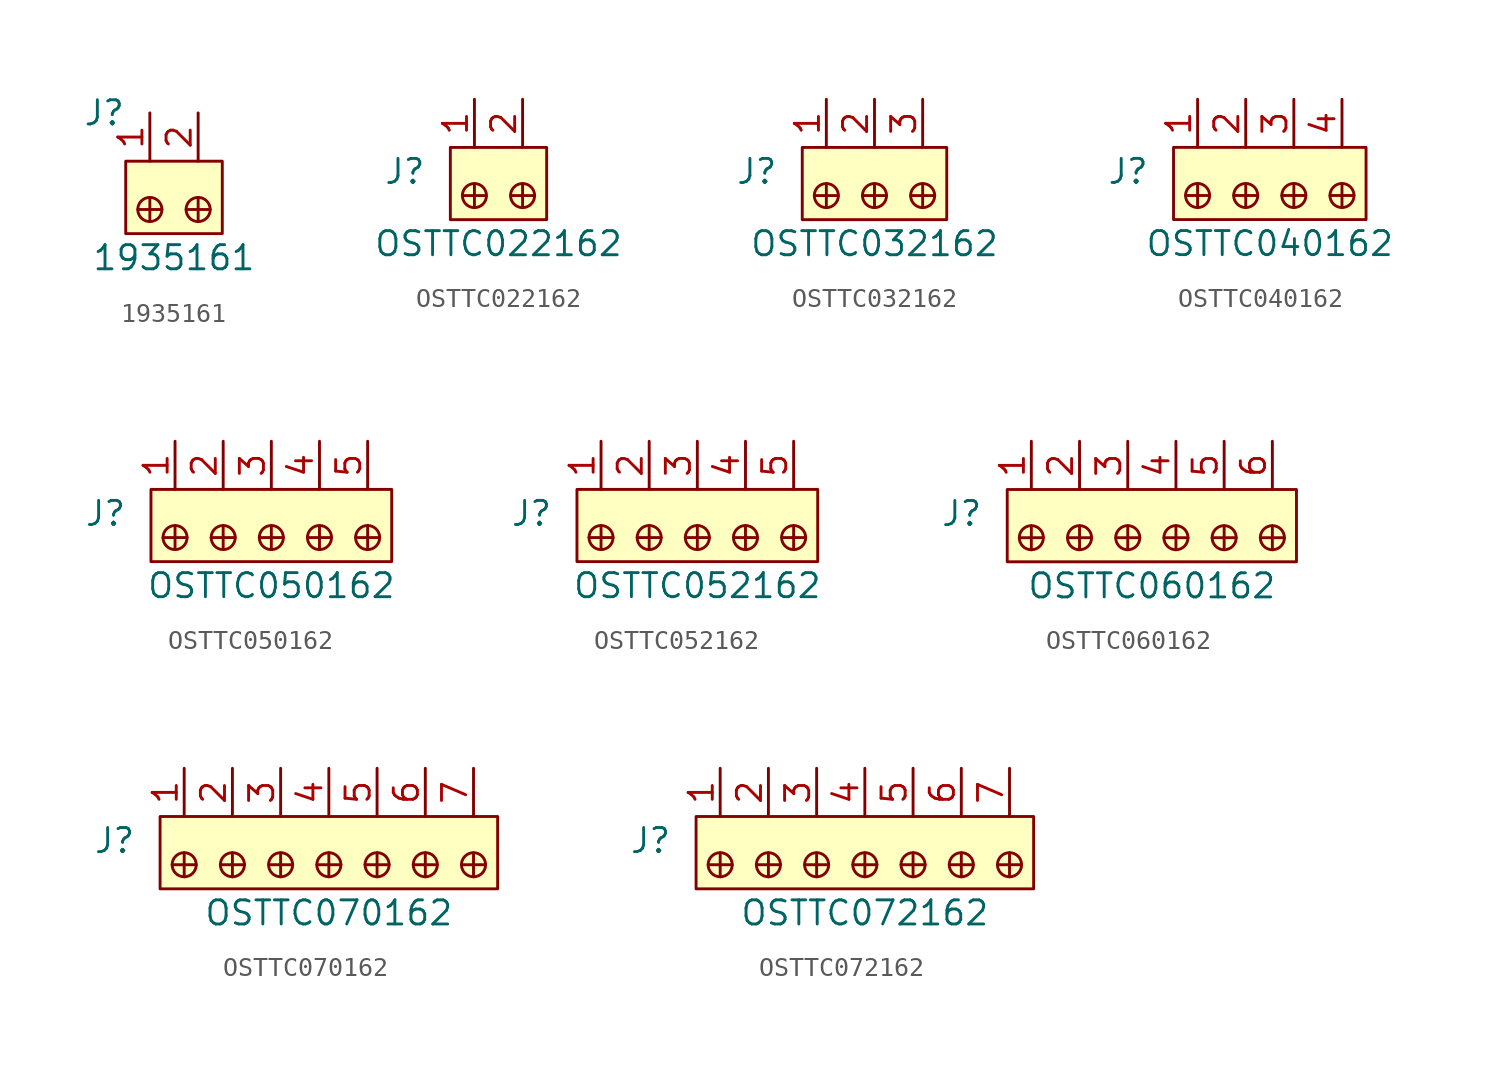
<source format=kicad_sym>
(kicad_symbol_lib
  (version 20220914)
  (generator kicad_symbol_editor)
  (symbol "1935161"
    (pin_names
      (offset 1.016))
    (property "Reference" "J"
      (at -1.27 5.08 0)
      (effects (font (size 1.27 1.27)) (justify right)))
    (property "Value" "1935161"
      (at 1.27 -2.54 0)
      (effects (font (size 1.27 1.27))))
    (symbol "1935161_0_1"
      (rectangle (start -1.27 2.54) (end 3.81 -1.27) (stroke (width 0) (type solid)) (fill (type background)))
      (polyline (pts (xy 0 0.635) (xy 0 -0.635)) (stroke (width 0) (type solid)) (fill (type none)))
      (polyline (pts (xy 0.635 0) (xy -0.635 0)) (stroke (width 0) (type solid)) (fill (type none)))
      (polyline (pts (xy 1.905 0) (xy 3.175 0)) (stroke (width 0) (type solid)) (fill (type none)))
      (polyline (pts (xy 2.54 0.635) (xy 2.54 -0.635)) (stroke (width 0) (type solid)) (fill (type none)))
      (circle (center 0 0) (radius 0.635) (stroke (width 0) (type solid)) (fill (type none)))
      (circle (center 2.54 0) (radius 0.635) (stroke (width 0) (type solid)) (fill (type none))))
    (symbol "1935161_1_1"
      (pin passive line (at 0 5.08 270) (length 2.54) (name "~" (effects (font (size 1.27 1.27)))) (number "1" (effects (font (size 1.27 1.27)))))
      (pin passive line (at 2.54 5.08 270) (length 2.54) (name "~" (effects (font (size 1.27 1.27)))) (number "2" (effects (font (size 1.27 1.27)))))))
  (symbol "OSTTC022162"
    (pin_names
      (offset 1.016))
    (property "Reference" "J"
      (at -2.54 -1.27 0)
      (effects (font (size 1.27 1.27)) (justify right)))
    (property "Value" "OSTTC022162"
      (at 1.27 -5.08 0)
      (effects (font (size 1.27 1.27))))
    (symbol "OSTTC022162_1_1"
      (rectangle (start -1.27 0) (end 3.81 -3.81) (stroke (width 0) (type solid)) (fill (type background)))
      (circle (center 0 -2.54) (radius 0.635) (stroke (width 0) (type solid)) (fill (type none)))
      (polyline (pts (xy 0 -1.905) (xy 0 -3.175)) (stroke (width 0) (type solid)) (fill (type none)))
      (polyline (pts (xy 0.635 -2.54) (xy -0.635 -2.54)) (stroke (width 0) (type solid)) (fill (type none)))
      (polyline (pts (xy 1.905 -2.54) (xy 3.175 -2.54)) (stroke (width 0) (type solid)) (fill (type none)))
      (polyline (pts (xy 2.54 -1.905) (xy 2.54 -3.175)) (stroke (width 0) (type solid)) (fill (type none)))
      (circle (center 2.54 -2.54) (radius 0.635) (stroke (width 0) (type solid)) (fill (type none)))
      (pin passive line (at 0 2.54 270) (length 2.54) (name "~" (effects (font (size 1.27 1.27)))) (number "1" (effects (font (size 1.27 1.27)))))
      (pin passive line (at 2.54 2.54 270) (length 2.54) (name "~" (effects (font (size 1.27 1.27)))) (number "2" (effects (font (size 1.27 1.27)))))))
  (symbol "OSTTC032162"
    (pin_names
      (offset 1.016))
    (property "Reference" "J"
      (at -2.54 -1.27 0)
      (effects (font (size 1.27 1.27)) (justify right)))
    (property "Value" "OSTTC032162"
      (at 2.54 -5.08 0)
      (effects (font (size 1.27 1.27))))
    (symbol "OSTTC032162_1_1"
      (rectangle (start -1.27 0) (end 6.35 -3.81) (stroke (width 0) (type solid)) (fill (type background)))
      (circle (center 0 -2.54) (radius 0.635) (stroke (width 0) (type solid)) (fill (type none)))
      (polyline (pts (xy 0 -1.905) (xy 0 -3.175)) (stroke (width 0) (type solid)) (fill (type none)))
      (polyline (pts (xy 0.635 -2.54) (xy -0.635 -2.54)) (stroke (width 0) (type solid)) (fill (type none)))
      (polyline (pts (xy 1.905 -2.54) (xy 3.175 -2.54)) (stroke (width 0) (type solid)) (fill (type none)))
      (polyline (pts (xy 2.54 -1.905) (xy 2.54 -3.175)) (stroke (width 0) (type solid)) (fill (type none)))
      (polyline (pts (xy 4.445 -2.54) (xy 5.715 -2.54)) (stroke (width 0) (type solid)) (fill (type none)))
      (polyline (pts (xy 5.08 -1.905) (xy 5.08 -3.175)) (stroke (width 0) (type solid)) (fill (type none)))
      (circle (center 2.54 -2.54) (radius 0.635) (stroke (width 0) (type solid)) (fill (type none)))
      (circle (center 5.08 -2.54) (radius 0.635) (stroke (width 0) (type solid)) (fill (type none)))
      (pin passive line (at 0 2.54 270) (length 2.54) (name "~" (effects (font (size 1.27 1.27)))) (number "1" (effects (font (size 1.27 1.27)))))
      (pin passive line (at 2.54 2.54 270) (length 2.54) (name "~" (effects (font (size 1.27 1.27)))) (number "2" (effects (font (size 1.27 1.27)))))
      (pin passive line (at 5.08 2.54 270) (length 2.54) (name "~" (effects (font (size 1.27 1.27)))) (number "3" (effects (font (size 1.27 1.27)))))))
  (symbol "OSTTC040162"
    (pin_names
      (offset 1.016))
    (property "Reference" "J"
      (at -2.54 -1.27 0)
      (effects (font (size 1.27 1.27)) (justify right)))
    (property "Value" "OSTTC040162"
      (at 3.81 -5.08 0)
      (effects (font (size 1.27 1.27))))
    (symbol "OSTTC040162_1_1"
      (rectangle (start -1.27 0) (end 8.89 -3.81) (stroke (width 0) (type solid)) (fill (type background)))
      (circle (center 0 -2.54) (radius 0.635) (stroke (width 0) (type solid)) (fill (type none)))
      (polyline (pts (xy 0 -1.905) (xy 0 -3.175)) (stroke (width 0) (type solid)) (fill (type none)))
      (polyline (pts (xy 0.635 -2.54) (xy -0.635 -2.54)) (stroke (width 0) (type solid)) (fill (type none)))
      (polyline (pts (xy 1.905 -2.54) (xy 3.175 -2.54)) (stroke (width 0) (type solid)) (fill (type none)))
      (polyline (pts (xy 2.54 -1.905) (xy 2.54 -3.175)) (stroke (width 0) (type solid)) (fill (type none)))
      (polyline (pts (xy 5.08 -1.905) (xy 5.08 -3.175)) (stroke (width 0) (type solid)) (fill (type none)))
      (polyline (pts (xy 5.715 -2.54) (xy 4.445 -2.54)) (stroke (width 0) (type solid)) (fill (type none)))
      (polyline (pts (xy 6.985 -2.54) (xy 8.255 -2.54)) (stroke (width 0) (type solid)) (fill (type none)))
      (polyline (pts (xy 7.62 -1.905) (xy 7.62 -3.175)) (stroke (width 0) (type solid)) (fill (type none)))
      (circle (center 2.54 -2.54) (radius 0.635) (stroke (width 0) (type solid)) (fill (type none)))
      (circle (center 5.08 -2.54) (radius 0.635) (stroke (width 0) (type solid)) (fill (type none)))
      (circle (center 7.62 -2.54) (radius 0.635) (stroke (width 0) (type solid)) (fill (type none)))
      (pin passive line (at 0 2.54 270) (length 2.54) (name "~" (effects (font (size 1.27 1.27)))) (number "1" (effects (font (size 1.27 1.27)))))
      (pin passive line (at 2.54 2.54 270) (length 2.54) (name "~" (effects (font (size 1.27 1.27)))) (number "2" (effects (font (size 1.27 1.27)))))
      (pin passive line (at 5.08 2.54 270) (length 2.54) (name "~" (effects (font (size 1.27 1.27)))) (number "3" (effects (font (size 1.27 1.27)))))
      (pin passive line (at 7.62 2.54 270) (length 2.54) (name "~" (effects (font (size 1.27 1.27)))) (number "4" (effects (font (size 1.27 1.27)))))))
  (symbol "OSTTC050162"
    (pin_names
      (offset 1.016))
    (property "Reference" "J"
      (at -2.54 -1.27 0)
      (effects (font (size 1.27 1.27)) (justify right)))
    (property "Value" "OSTTC050162"
      (at 5.08 -5.08 0)
      (effects (font (size 1.27 1.27))))
    (symbol "OSTTC050162_1_1"
      (rectangle (start -1.27 0) (end 11.43 -3.81) (stroke (width 0) (type solid)) (fill (type background)))
      (circle (center 0 -2.54) (radius 0.635) (stroke (width 0) (type solid)) (fill (type none)))
      (polyline (pts (xy 0 -1.905) (xy 0 -3.175)) (stroke (width 0) (type solid)) (fill (type none)))
      (polyline (pts (xy 0.635 -2.54) (xy -0.635 -2.54)) (stroke (width 0) (type solid)) (fill (type none)))
      (polyline (pts (xy 1.905 -2.54) (xy 3.175 -2.54)) (stroke (width 0) (type solid)) (fill (type none)))
      (polyline (pts (xy 2.54 -1.905) (xy 2.54 -3.175)) (stroke (width 0) (type solid)) (fill (type none)))
      (polyline (pts (xy 5.08 -1.905) (xy 5.08 -3.175)) (stroke (width 0) (type solid)) (fill (type none)))
      (polyline (pts (xy 5.715 -2.54) (xy 4.445 -2.54)) (stroke (width 0) (type solid)) (fill (type none)))
      (polyline (pts (xy 6.985 -2.54) (xy 8.255 -2.54)) (stroke (width 0) (type solid)) (fill (type none)))
      (polyline (pts (xy 7.62 -1.905) (xy 7.62 -3.175)) (stroke (width 0) (type solid)) (fill (type none)))
      (polyline (pts (xy 9.525 -2.54) (xy 10.795 -2.54)) (stroke (width 0) (type solid)) (fill (type none)))
      (polyline (pts (xy 10.16 -1.905) (xy 10.16 -3.175)) (stroke (width 0) (type solid)) (fill (type none)))
      (circle (center 2.54 -2.54) (radius 0.635) (stroke (width 0) (type solid)) (fill (type none)))
      (circle (center 5.08 -2.54) (radius 0.635) (stroke (width 0) (type solid)) (fill (type none)))
      (circle (center 7.62 -2.54) (radius 0.635) (stroke (width 0) (type solid)) (fill (type none)))
      (circle (center 10.16 -2.54) (radius 0.635) (stroke (width 0) (type solid)) (fill (type none)))
      (pin passive line (at 0 2.54 270) (length 2.54) (name "~" (effects (font (size 1.27 1.27)))) (number "1" (effects (font (size 1.27 1.27)))))
      (pin passive line (at 2.54 2.54 270) (length 2.54) (name "~" (effects (font (size 1.27 1.27)))) (number "2" (effects (font (size 1.27 1.27)))))
      (pin passive line (at 5.08 2.54 270) (length 2.54) (name "~" (effects (font (size 1.27 1.27)))) (number "3" (effects (font (size 1.27 1.27)))))
      (pin passive line (at 7.62 2.54 270) (length 2.54) (name "~" (effects (font (size 1.27 1.27)))) (number "4" (effects (font (size 1.27 1.27)))))
      (pin passive line (at 10.16 2.54 270) (length 2.54) (name "~" (effects (font (size 1.27 1.27)))) (number "5" (effects (font (size 1.27 1.27)))))))
  (symbol "OSTTC052162"
    (pin_names
      (offset 1.016))
    (property "Reference" "J"
      (at -2.54 -1.27 0)
      (effects (font (size 1.27 1.27)) (justify right)))
    (property "Value" "OSTTC052162"
      (at 5.08 -5.08 0)
      (effects (font (size 1.27 1.27))))
    (symbol "OSTTC052162_1_1"
      (rectangle (start -1.27 0) (end 11.43 -3.81) (stroke (width 0) (type solid)) (fill (type background)))
      (circle (center 0 -2.54) (radius 0.635) (stroke (width 0) (type solid)) (fill (type none)))
      (polyline (pts (xy 0 -1.905) (xy 0 -3.175)) (stroke (width 0) (type solid)) (fill (type none)))
      (polyline (pts (xy 0.635 -2.54) (xy -0.635 -2.54)) (stroke (width 0) (type solid)) (fill (type none)))
      (polyline (pts (xy 1.905 -2.54) (xy 3.175 -2.54)) (stroke (width 0) (type solid)) (fill (type none)))
      (polyline (pts (xy 2.54 -1.905) (xy 2.54 -3.175)) (stroke (width 0) (type solid)) (fill (type none)))
      (polyline (pts (xy 5.08 -1.905) (xy 5.08 -3.175)) (stroke (width 0) (type solid)) (fill (type none)))
      (polyline (pts (xy 5.715 -2.54) (xy 4.445 -2.54)) (stroke (width 0) (type solid)) (fill (type none)))
      (polyline (pts (xy 6.985 -2.54) (xy 8.255 -2.54)) (stroke (width 0) (type solid)) (fill (type none)))
      (polyline (pts (xy 7.62 -1.905) (xy 7.62 -3.175)) (stroke (width 0) (type solid)) (fill (type none)))
      (polyline (pts (xy 9.525 -2.54) (xy 10.795 -2.54)) (stroke (width 0) (type solid)) (fill (type none)))
      (polyline (pts (xy 10.16 -1.905) (xy 10.16 -3.175)) (stroke (width 0) (type solid)) (fill (type none)))
      (circle (center 2.54 -2.54) (radius 0.635) (stroke (width 0) (type solid)) (fill (type none)))
      (circle (center 5.08 -2.54) (radius 0.635) (stroke (width 0) (type solid)) (fill (type none)))
      (circle (center 7.62 -2.54) (radius 0.635) (stroke (width 0) (type solid)) (fill (type none)))
      (circle (center 10.16 -2.54) (radius 0.635) (stroke (width 0) (type solid)) (fill (type none)))
      (pin passive line (at 0 2.54 270) (length 2.54) (name "~" (effects (font (size 1.27 1.27)))) (number "1" (effects (font (size 1.27 1.27)))))
      (pin passive line (at 2.54 2.54 270) (length 2.54) (name "~" (effects (font (size 1.27 1.27)))) (number "2" (effects (font (size 1.27 1.27)))))
      (pin passive line (at 5.08 2.54 270) (length 2.54) (name "~" (effects (font (size 1.27 1.27)))) (number "3" (effects (font (size 1.27 1.27)))))
      (pin passive line (at 7.62 2.54 270) (length 2.54) (name "~" (effects (font (size 1.27 1.27)))) (number "4" (effects (font (size 1.27 1.27)))))
      (pin passive line (at 10.16 2.54 270) (length 2.54) (name "~" (effects (font (size 1.27 1.27)))) (number "5" (effects (font (size 1.27 1.27)))))))
  (symbol "OSTTC060162"
    (pin_names
      (offset 1.016))
    (property "Reference" "J"
      (at -2.54 -1.27 0)
      (effects (font (size 1.27 1.27)) (justify right)))
    (property "Value" "OSTTC060162"
      (at 6.35 -5.08 0)
      (effects (font (size 1.27 1.27))))
    (symbol "OSTTC060162_1_1"
      (rectangle (start -1.27 0) (end 13.97 -3.81) (stroke (width 0) (type solid)) (fill (type background)))
      (circle (center 0 -2.54) (radius 0.635) (stroke (width 0) (type solid)) (fill (type none)))
      (polyline (pts (xy 0 -1.905) (xy 0 -3.175)) (stroke (width 0) (type solid)) (fill (type none)))
      (polyline (pts (xy 0.635 -2.54) (xy -0.635 -2.54)) (stroke (width 0) (type solid)) (fill (type none)))
      (polyline (pts (xy 1.905 -2.54) (xy 3.175 -2.54)) (stroke (width 0) (type solid)) (fill (type none)))
      (polyline (pts (xy 2.54 -1.905) (xy 2.54 -3.175)) (stroke (width 0) (type solid)) (fill (type none)))
      (polyline (pts (xy 5.08 -1.905) (xy 5.08 -3.175)) (stroke (width 0) (type solid)) (fill (type none)))
      (polyline (pts (xy 5.715 -2.54) (xy 4.445 -2.54)) (stroke (width 0) (type solid)) (fill (type none)))
      (polyline (pts (xy 6.985 -2.54) (xy 8.255 -2.54)) (stroke (width 0) (type solid)) (fill (type none)))
      (polyline (pts (xy 7.62 -1.905) (xy 7.62 -3.175)) (stroke (width 0) (type solid)) (fill (type none)))
      (polyline (pts (xy 10.16 -1.905) (xy 10.16 -3.175)) (stroke (width 0) (type solid)) (fill (type none)))
      (polyline (pts (xy 10.795 -2.54) (xy 9.525 -2.54)) (stroke (width 0) (type solid)) (fill (type none)))
      (polyline (pts (xy 12.065 -2.54) (xy 13.335 -2.54)) (stroke (width 0) (type solid)) (fill (type none)))
      (polyline (pts (xy 12.7 -1.905) (xy 12.7 -3.175)) (stroke (width 0) (type solid)) (fill (type none)))
      (circle (center 2.54 -2.54) (radius 0.635) (stroke (width 0) (type solid)) (fill (type none)))
      (circle (center 5.08 -2.54) (radius 0.635) (stroke (width 0) (type solid)) (fill (type none)))
      (circle (center 7.62 -2.54) (radius 0.635) (stroke (width 0) (type solid)) (fill (type none)))
      (circle (center 10.16 -2.54) (radius 0.635) (stroke (width 0) (type solid)) (fill (type none)))
      (circle (center 12.7 -2.54) (radius 0.635) (stroke (width 0) (type solid)) (fill (type none)))
      (pin passive line (at 0 2.54 270) (length 2.54) (name "~" (effects (font (size 1.27 1.27)))) (number "1" (effects (font (size 1.27 1.27)))))
      (pin passive line (at 2.54 2.54 270) (length 2.54) (name "~" (effects (font (size 1.27 1.27)))) (number "2" (effects (font (size 1.27 1.27)))))
      (pin passive line (at 5.08 2.54 270) (length 2.54) (name "~" (effects (font (size 1.27 1.27)))) (number "3" (effects (font (size 1.27 1.27)))))
      (pin passive line (at 7.62 2.54 270) (length 2.54) (name "~" (effects (font (size 1.27 1.27)))) (number "4" (effects (font (size 1.27 1.27)))))
      (pin passive line (at 10.16 2.54 270) (length 2.54) (name "~" (effects (font (size 1.27 1.27)))) (number "5" (effects (font (size 1.27 1.27)))))
      (pin passive line (at 12.7 2.54 270) (length 2.54) (name "~" (effects (font (size 1.27 1.27)))) (number "6" (effects (font (size 1.27 1.27)))))))
  (symbol "OSTTC070162"
    (pin_names
      (offset 1.016))
    (property "Reference" "J"
      (at -2.54 -1.27 0)
      (effects (font (size 1.27 1.27)) (justify right)))
    (property "Value" "OSTTC070162"
      (at 7.62 -5.08 0)
      (effects (font (size 1.27 1.27))))
    (symbol "OSTTC070162_1_1"
      (rectangle (start -1.27 0) (end 16.51 -3.81) (stroke (width 0) (type solid)) (fill (type background)))
      (circle (center 0 -2.54) (radius 0.635) (stroke (width 0) (type solid)) (fill (type none)))
      (polyline (pts (xy 0 -1.905) (xy 0 -3.175)) (stroke (width 0) (type solid)) (fill (type none)))
      (polyline (pts (xy 0.635 -2.54) (xy -0.635 -2.54)) (stroke (width 0) (type solid)) (fill (type none)))
      (polyline (pts (xy 1.905 -2.54) (xy 3.175 -2.54)) (stroke (width 0) (type solid)) (fill (type none)))
      (polyline (pts (xy 2.54 -1.905) (xy 2.54 -3.175)) (stroke (width 0) (type solid)) (fill (type none)))
      (polyline (pts (xy 5.08 -1.905) (xy 5.08 -3.175)) (stroke (width 0) (type solid)) (fill (type none)))
      (polyline (pts (xy 5.715 -2.54) (xy 4.445 -2.54)) (stroke (width 0) (type solid)) (fill (type none)))
      (polyline (pts (xy 6.985 -2.54) (xy 8.255 -2.54)) (stroke (width 0) (type solid)) (fill (type none)))
      (polyline (pts (xy 7.62 -1.905) (xy 7.62 -3.175)) (stroke (width 0) (type solid)) (fill (type none)))
      (polyline (pts (xy 10.16 -1.905) (xy 10.16 -3.175)) (stroke (width 0) (type solid)) (fill (type none)))
      (polyline (pts (xy 10.795 -2.54) (xy 9.525 -2.54)) (stroke (width 0) (type solid)) (fill (type none)))
      (polyline (pts (xy 12.065 -2.54) (xy 13.335 -2.54)) (stroke (width 0) (type solid)) (fill (type none)))
      (polyline (pts (xy 12.7 -1.905) (xy 12.7 -3.175)) (stroke (width 0) (type solid)) (fill (type none)))
      (polyline (pts (xy 14.605 -2.54) (xy 15.875 -2.54)) (stroke (width 0) (type solid)) (fill (type none)))
      (polyline (pts (xy 15.24 -1.905) (xy 15.24 -3.175)) (stroke (width 0) (type solid)) (fill (type none)))
      (circle (center 2.54 -2.54) (radius 0.635) (stroke (width 0) (type solid)) (fill (type none)))
      (circle (center 5.08 -2.54) (radius 0.635) (stroke (width 0) (type solid)) (fill (type none)))
      (circle (center 7.62 -2.54) (radius 0.635) (stroke (width 0) (type solid)) (fill (type none)))
      (circle (center 10.16 -2.54) (radius 0.635) (stroke (width 0) (type solid)) (fill (type none)))
      (circle (center 12.7 -2.54) (radius 0.635) (stroke (width 0) (type solid)) (fill (type none)))
      (circle (center 15.24 -2.54) (radius 0.635) (stroke (width 0) (type solid)) (fill (type none)))
      (pin passive line (at 0 2.54 270) (length 2.54) (name "~" (effects (font (size 1.27 1.27)))) (number "1" (effects (font (size 1.27 1.27)))))
      (pin passive line (at 2.54 2.54 270) (length 2.54) (name "~" (effects (font (size 1.27 1.27)))) (number "2" (effects (font (size 1.27 1.27)))))
      (pin passive line (at 5.08 2.54 270) (length 2.54) (name "~" (effects (font (size 1.27 1.27)))) (number "3" (effects (font (size 1.27 1.27)))))
      (pin passive line (at 7.62 2.54 270) (length 2.54) (name "~" (effects (font (size 1.27 1.27)))) (number "4" (effects (font (size 1.27 1.27)))))
      (pin passive line (at 10.16 2.54 270) (length 2.54) (name "~" (effects (font (size 1.27 1.27)))) (number "5" (effects (font (size 1.27 1.27)))))
      (pin passive line (at 12.7 2.54 270) (length 2.54) (name "~" (effects (font (size 1.27 1.27)))) (number "6" (effects (font (size 1.27 1.27)))))
      (pin passive line (at 15.24 2.54 270) (length 2.54) (name "~" (effects (font (size 1.27 1.27)))) (number "7" (effects (font (size 1.27 1.27)))))))
  (symbol "OSTTC072162"
    (pin_names
      (offset 1.016))
    (property "Reference" "J"
      (at -2.54 -1.27 0)
      (effects (font (size 1.27 1.27)) (justify right)))
    (property "Value" "OSTTC072162"
      (at 7.62 -5.08 0)
      (effects (font (size 1.27 1.27))))
    (symbol "OSTTC072162_1_1"
      (rectangle (start -1.27 0) (end 16.51 -3.81) (stroke (width 0) (type solid)) (fill (type background)))
      (circle (center 0 -2.54) (radius 0.635) (stroke (width 0) (type solid)) (fill (type none)))
      (polyline (pts (xy 0 -1.905) (xy 0 -3.175)) (stroke (width 0) (type solid)) (fill (type none)))
      (polyline (pts (xy 0.635 -2.54) (xy -0.635 -2.54)) (stroke (width 0) (type solid)) (fill (type none)))
      (polyline (pts (xy 1.905 -2.54) (xy 3.175 -2.54)) (stroke (width 0) (type solid)) (fill (type none)))
      (polyline (pts (xy 2.54 -1.905) (xy 2.54 -3.175)) (stroke (width 0) (type solid)) (fill (type none)))
      (polyline (pts (xy 5.08 -1.905) (xy 5.08 -3.175)) (stroke (width 0) (type solid)) (fill (type none)))
      (polyline (pts (xy 5.715 -2.54) (xy 4.445 -2.54)) (stroke (width 0) (type solid)) (fill (type none)))
      (polyline (pts (xy 6.985 -2.54) (xy 8.255 -2.54)) (stroke (width 0) (type solid)) (fill (type none)))
      (polyline (pts (xy 7.62 -1.905) (xy 7.62 -3.175)) (stroke (width 0) (type solid)) (fill (type none)))
      (polyline (pts (xy 10.16 -1.905) (xy 10.16 -3.175)) (stroke (width 0) (type solid)) (fill (type none)))
      (polyline (pts (xy 10.795 -2.54) (xy 9.525 -2.54)) (stroke (width 0) (type solid)) (fill (type none)))
      (polyline (pts (xy 12.065 -2.54) (xy 13.335 -2.54)) (stroke (width 0) (type solid)) (fill (type none)))
      (polyline (pts (xy 12.7 -1.905) (xy 12.7 -3.175)) (stroke (width 0) (type solid)) (fill (type none)))
      (polyline (pts (xy 14.605 -2.54) (xy 15.875 -2.54)) (stroke (width 0) (type solid)) (fill (type none)))
      (polyline (pts (xy 15.24 -1.905) (xy 15.24 -3.175)) (stroke (width 0) (type solid)) (fill (type none)))
      (circle (center 2.54 -2.54) (radius 0.635) (stroke (width 0) (type solid)) (fill (type none)))
      (circle (center 5.08 -2.54) (radius 0.635) (stroke (width 0) (type solid)) (fill (type none)))
      (circle (center 7.62 -2.54) (radius 0.635) (stroke (width 0) (type solid)) (fill (type none)))
      (circle (center 10.16 -2.54) (radius 0.635) (stroke (width 0) (type solid)) (fill (type none)))
      (circle (center 12.7 -2.54) (radius 0.635) (stroke (width 0) (type solid)) (fill (type none)))
      (circle (center 15.24 -2.54) (radius 0.635) (stroke (width 0) (type solid)) (fill (type none)))
      (pin passive line (at 0 2.54 270) (length 2.54) (name "~" (effects (font (size 1.27 1.27)))) (number "1" (effects (font (size 1.27 1.27)))))
      (pin passive line (at 2.54 2.54 270) (length 2.54) (name "~" (effects (font (size 1.27 1.27)))) (number "2" (effects (font (size 1.27 1.27)))))
      (pin passive line (at 5.08 2.54 270) (length 2.54) (name "~" (effects (font (size 1.27 1.27)))) (number "3" (effects (font (size 1.27 1.27)))))
      (pin passive line (at 7.62 2.54 270) (length 2.54) (name "~" (effects (font (size 1.27 1.27)))) (number "4" (effects (font (size 1.27 1.27)))))
      (pin passive line (at 10.16 2.54 270) (length 2.54) (name "~" (effects (font (size 1.27 1.27)))) (number "5" (effects (font (size 1.27 1.27)))))
      (pin passive line (at 12.7 2.54 270) (length 2.54) (name "~" (effects (font (size 1.27 1.27)))) (number "6" (effects (font (size 1.27 1.27)))))
      (pin passive line (at 15.24 2.54 270) (length 2.54) (name "~" (effects (font (size 1.27 1.27)))) (number "7" (effects (font (size 1.27 1.27))))))))
</source>
